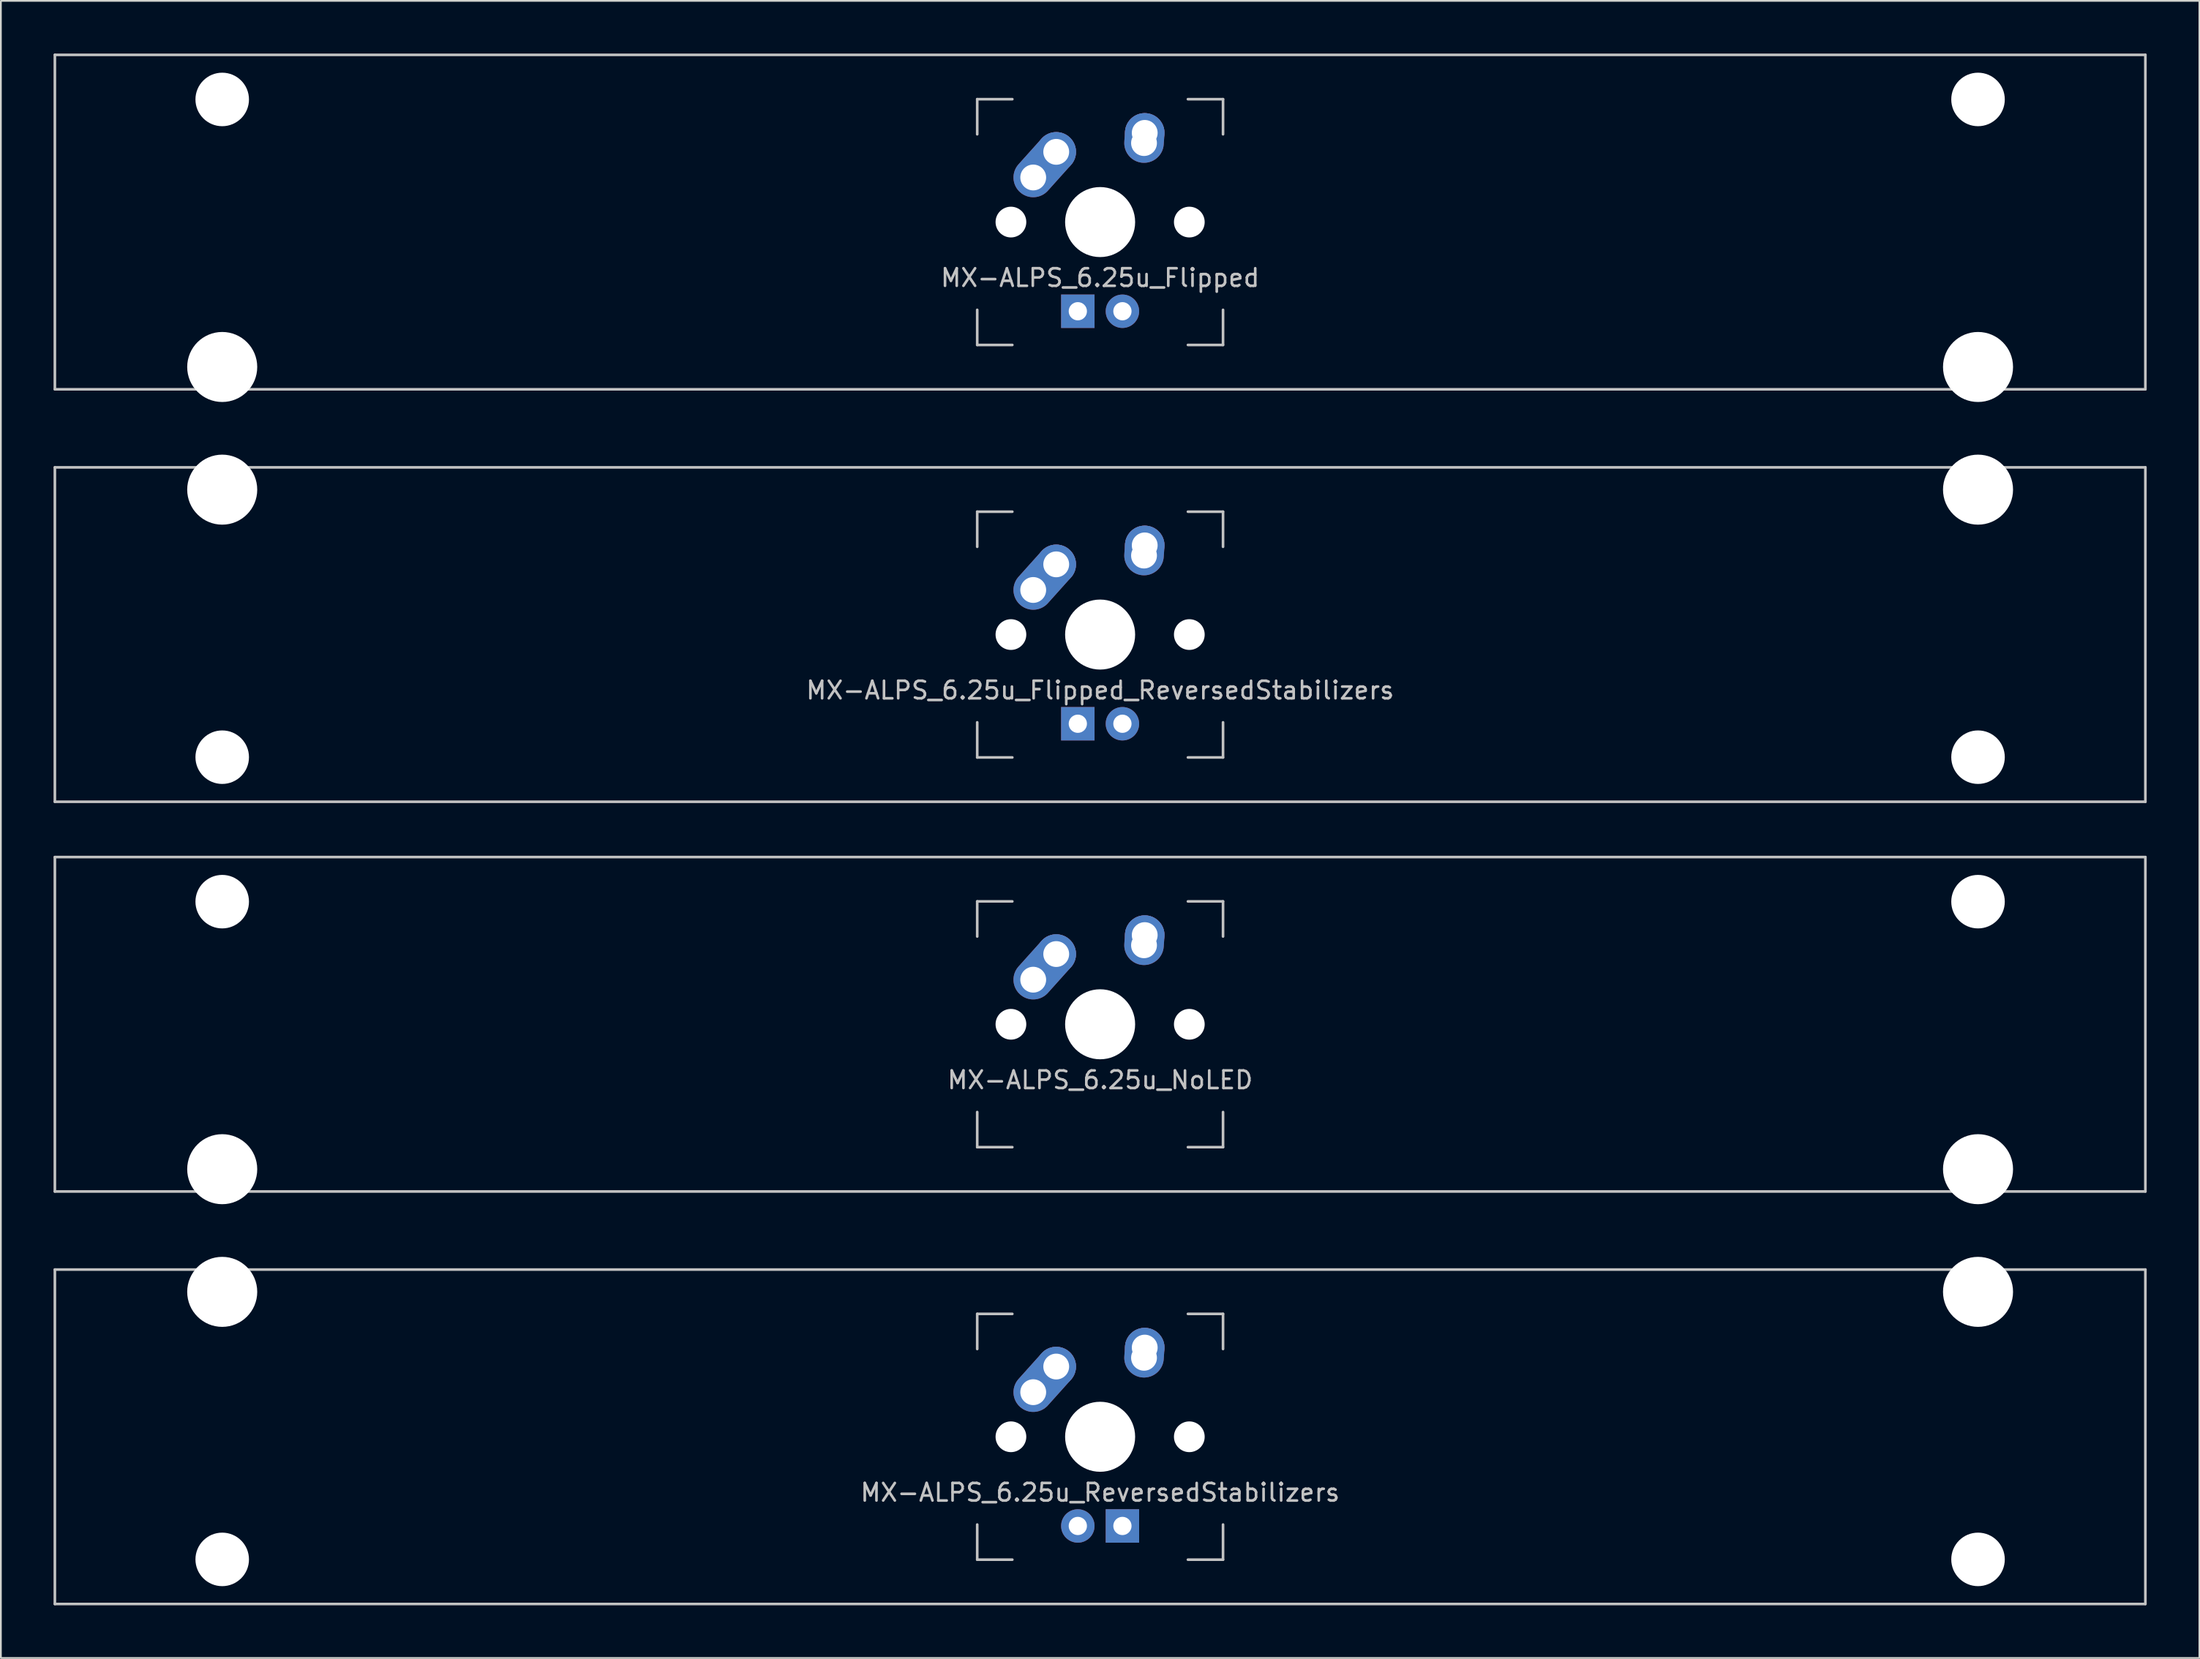
<source format=kicad_pcb>
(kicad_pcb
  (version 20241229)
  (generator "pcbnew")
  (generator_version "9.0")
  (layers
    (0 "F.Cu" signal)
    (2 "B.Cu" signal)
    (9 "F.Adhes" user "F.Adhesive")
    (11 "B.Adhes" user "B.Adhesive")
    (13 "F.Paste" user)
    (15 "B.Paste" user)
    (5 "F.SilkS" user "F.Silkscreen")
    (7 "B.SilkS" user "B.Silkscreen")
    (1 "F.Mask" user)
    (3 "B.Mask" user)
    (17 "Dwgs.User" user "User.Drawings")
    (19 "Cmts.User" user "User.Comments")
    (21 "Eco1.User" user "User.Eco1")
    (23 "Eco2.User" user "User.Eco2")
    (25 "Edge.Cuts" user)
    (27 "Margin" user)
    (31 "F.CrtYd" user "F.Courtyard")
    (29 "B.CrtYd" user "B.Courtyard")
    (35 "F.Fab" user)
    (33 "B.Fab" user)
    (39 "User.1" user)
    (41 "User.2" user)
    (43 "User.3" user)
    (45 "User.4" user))
  (footprint "MX-ALPS_6.25u_Flipped"
    (layer "F.Cu")
    (at 59.606 9.6)
    (property "Reference" "MX-ALPS_6.25u_Flipped" (at 0 3.175 0) (layer "Dwgs.User") (effects (font (size 1 1) (thickness 0.15))))
    (attr through_hole)
    (fp_line (start -59.531 -9.525) (end 59.531 -9.525) (stroke (width 0.15) (type solid)) (layer "Dwgs.User"))
    (fp_line (start -59.531 9.525) (end -59.531 -9.525) (stroke (width 0.15) (type solid)) (layer "Dwgs.User"))
    (fp_line (start -59.531 9.525) (end 59.531 9.525) (stroke (width 0.15) (type solid)) (layer "Dwgs.User"))
    (fp_line (start -7 -7) (end -7 -5) (stroke (width 0.15) (type solid)) (layer "Dwgs.User"))
    (fp_line (start -7 5) (end -7 7) (stroke (width 0.15) (type solid)) (layer "Dwgs.User"))
    (fp_line (start -7 7) (end -5 7) (stroke (width 0.15) (type solid)) (layer "Dwgs.User"))
    (fp_line (start -5 -7) (end -7 -7) (stroke (width 0.15) (type solid)) (layer "Dwgs.User"))
    (fp_line (start 5 -7) (end 7 -7) (stroke (width 0.15) (type solid)) (layer "Dwgs.User"))
    (fp_line (start 5 7) (end 7 7) (stroke (width 0.15) (type solid)) (layer "Dwgs.User"))
    (fp_line (start 7 -7) (end 7 -5) (stroke (width 0.15) (type solid)) (layer "Dwgs.User"))
    (fp_line (start 7 7) (end 7 5) (stroke (width 0.15) (type solid)) (layer "Dwgs.User"))
    (fp_line (start 59.531 -9.525) (end 59.531 9.525) (stroke (width 0.15) (type solid)) (layer "Dwgs.User"))
    (pad "" np_thru_hole circle (at -50 -6.985) (size 3.048 3.048) (drill 3.048) (layers "*.Cu" "*.Mask"))
    (pad "" np_thru_hole circle (at -50 8.255) (size 3.988 3.988) (drill 3.988) (layers "*.Cu" "*.Mask"))
    (pad "" np_thru_hole circle (at -5.08 0 48.1) (size 1.75 1.75) (drill 1.75) (layers "*.Cu" "*.Mask"))
    (pad "" np_thru_hole circle (at 0 0) (size 3.988 3.988) (drill 3.988) (layers "*.Cu" "*.Mask"))
    (pad "" np_thru_hole circle (at 5.08 0 48.1) (size 1.75 1.75) (drill 1.75) (layers "*.Cu" "*.Mask"))
    (pad "" np_thru_hole circle (at 50 -6.985) (size 3.048 3.048) (drill 3.048) (layers "*.Cu" "*.Mask"))
    (pad "" np_thru_hole circle (at 50 8.255) (size 3.988 3.988) (drill 3.988) (layers "*.Cu" "*.Mask"))
    (pad "1" thru_hole oval (at -3.81 -2.54 48.1) (size 4.212 2.25) (drill 1.47 (offset 0.981 0)) (layers "*.Cu" "B.Mask"))
    (pad "1" thru_hole circle (at -2.5 -4) (size 2.25 2.25) (drill 1.47) (layers "*.Cu" "B.Mask"))
    (pad "2" thru_hole oval (at 2.5 -4.5 86.055) (size 2.831 2.25) (drill 1.47 (offset 0.291 0)) (layers "*.Cu" "B.Mask"))
    (pad "2" thru_hole circle (at 2.54 -5.08) (size 2.25 2.25) (drill 1.47) (layers "*.Cu" "B.Mask"))
    (pad "3" thru_hole circle (at 1.27 5.08) (size 1.905 1.905) (drill 1.04) (layers "*.Cu" "B.Mask"))
    (pad "4" thru_hole rect (at -1.27 5.08) (size 1.905 1.905) (drill 1.04) (layers "*.Cu" "B.Mask")))
  (footprint "MX-ALPS_6.25u_Flipped_ReversedStabilizers"
    (layer "F.Cu")
    (at 59.606 33.098)
    (property "Reference" "MX-ALPS_6.25u_Flipped_ReversedStabilizers" (at 0 3.175 0) (layer "Dwgs.User") (effects (font (size 1 1) (thickness 0.15))))
    (attr through_hole)
    (fp_line (start -59.531 -9.525) (end 59.531 -9.525) (stroke (width 0.15) (type solid)) (layer "Dwgs.User"))
    (fp_line (start -59.531 9.525) (end -59.531 -9.525) (stroke (width 0.15) (type solid)) (layer "Dwgs.User"))
    (fp_line (start -59.531 9.525) (end 59.531 9.525) (stroke (width 0.15) (type solid)) (layer "Dwgs.User"))
    (fp_line (start -7 -7) (end -7 -5) (stroke (width 0.15) (type solid)) (layer "Dwgs.User"))
    (fp_line (start -7 5) (end -7 7) (stroke (width 0.15) (type solid)) (layer "Dwgs.User"))
    (fp_line (start -7 7) (end -5 7) (stroke (width 0.15) (type solid)) (layer "Dwgs.User"))
    (fp_line (start -5 -7) (end -7 -7) (stroke (width 0.15) (type solid)) (layer "Dwgs.User"))
    (fp_line (start 5 -7) (end 7 -7) (stroke (width 0.15) (type solid)) (layer "Dwgs.User"))
    (fp_line (start 5 7) (end 7 7) (stroke (width 0.15) (type solid)) (layer "Dwgs.User"))
    (fp_line (start 7 -7) (end 7 -5) (stroke (width 0.15) (type solid)) (layer "Dwgs.User"))
    (fp_line (start 7 7) (end 7 5) (stroke (width 0.15) (type solid)) (layer "Dwgs.User"))
    (fp_line (start 59.531 -9.525) (end 59.531 9.525) (stroke (width 0.15) (type solid)) (layer "Dwgs.User"))
    (pad "" np_thru_hole circle (at -50 -8.255) (size 3.988 3.988) (drill 3.988) (layers "*.Cu" "*.Mask"))
    (pad "" np_thru_hole circle (at -50 6.985) (size 3.048 3.048) (drill 3.048) (layers "*.Cu" "*.Mask"))
    (pad "" np_thru_hole circle (at -5.08 0 48.1) (size 1.75 1.75) (drill 1.75) (layers "*.Cu" "*.Mask"))
    (pad "" np_thru_hole circle (at 0 0) (size 3.988 3.988) (drill 3.988) (layers "*.Cu" "*.Mask"))
    (pad "" np_thru_hole circle (at 5.08 0 48.1) (size 1.75 1.75) (drill 1.75) (layers "*.Cu" "*.Mask"))
    (pad "" np_thru_hole circle (at 50 -8.255) (size 3.988 3.988) (drill 3.988) (layers "*.Cu" "*.Mask"))
    (pad "" np_thru_hole circle (at 50 6.985) (size 3.048 3.048) (drill 3.048) (layers "*.Cu" "*.Mask"))
    (pad "1" thru_hole oval (at -3.81 -2.54 48.1) (size 4.212 2.25) (drill 1.47 (offset 0.981 0)) (layers "*.Cu" "B.Mask"))
    (pad "1" thru_hole circle (at -2.5 -4) (size 2.25 2.25) (drill 1.47) (layers "*.Cu" "B.Mask"))
    (pad "2" thru_hole oval (at 2.5 -4.5 86.055) (size 2.831 2.25) (drill 1.47 (offset 0.291 0)) (layers "*.Cu" "B.Mask"))
    (pad "2" thru_hole circle (at 2.54 -5.08) (size 2.25 2.25) (drill 1.47) (layers "*.Cu" "B.Mask"))
    (pad "3" thru_hole circle (at 1.27 5.08) (size 1.905 1.905) (drill 1.04) (layers "*.Cu" "B.Mask"))
    (pad "4" thru_hole rect (at -1.27 5.08) (size 1.905 1.905) (drill 1.04) (layers "*.Cu" "B.Mask")))
  (footprint "MX-ALPS_6.25u_ReversedStabilizers"
    (layer "F.Cu")
    (at 59.606 78.796)
    (property "Reference" "MX-ALPS_6.25u_ReversedStabilizers" (at 0 3.175 0) (layer "Dwgs.User") (effects (font (size 1 1) (thickness 0.15))))
    (attr through_hole)
    (fp_line (start -59.531 -9.525) (end 59.531 -9.525) (stroke (width 0.15) (type solid)) (layer "Dwgs.User"))
    (fp_line (start -59.531 9.525) (end -59.531 -9.525) (stroke (width 0.15) (type solid)) (layer "Dwgs.User"))
    (fp_line (start -59.531 9.525) (end 59.531 9.525) (stroke (width 0.15) (type solid)) (layer "Dwgs.User"))
    (fp_line (start -7 -7) (end -7 -5) (stroke (width 0.15) (type solid)) (layer "Dwgs.User"))
    (fp_line (start -7 5) (end -7 7) (stroke (width 0.15) (type solid)) (layer "Dwgs.User"))
    (fp_line (start -7 7) (end -5 7) (stroke (width 0.15) (type solid)) (layer "Dwgs.User"))
    (fp_line (start -5 -7) (end -7 -7) (stroke (width 0.15) (type solid)) (layer "Dwgs.User"))
    (fp_line (start 5 -7) (end 7 -7) (stroke (width 0.15) (type solid)) (layer "Dwgs.User"))
    (fp_line (start 5 7) (end 7 7) (stroke (width 0.15) (type solid)) (layer "Dwgs.User"))
    (fp_line (start 7 -7) (end 7 -5) (stroke (width 0.15) (type solid)) (layer "Dwgs.User"))
    (fp_line (start 7 7) (end 7 5) (stroke (width 0.15) (type solid)) (layer "Dwgs.User"))
    (fp_line (start 59.531 -9.525) (end 59.531 9.525) (stroke (width 0.15) (type solid)) (layer "Dwgs.User"))
    (pad "" np_thru_hole circle (at -50 -8.255) (size 3.988 3.988) (drill 3.988) (layers "*.Cu" "*.Mask"))
    (pad "" np_thru_hole circle (at -50 6.985) (size 3.048 3.048) (drill 3.048) (layers "*.Cu" "*.Mask"))
    (pad "" np_thru_hole circle (at -5.08 0 48.1) (size 1.75 1.75) (drill 1.75) (layers "*.Cu" "*.Mask"))
    (pad "" np_thru_hole circle (at 0 0) (size 3.988 3.988) (drill 3.988) (layers "*.Cu" "*.Mask"))
    (pad "" np_thru_hole circle (at 5.08 0 48.1) (size 1.75 1.75) (drill 1.75) (layers "*.Cu" "*.Mask"))
    (pad "" np_thru_hole circle (at 50 -8.255) (size 3.988 3.988) (drill 3.988) (layers "*.Cu" "*.Mask"))
    (pad "" np_thru_hole circle (at 50 6.985) (size 3.048 3.048) (drill 3.048) (layers "*.Cu" "*.Mask"))
    (pad "1" thru_hole oval (at -3.81 -2.54 48.1) (size 4.212 2.25) (drill 1.47 (offset 0.981 0)) (layers "*.Cu" "B.Mask"))
    (pad "1" thru_hole circle (at -2.5 -4) (size 2.25 2.25) (drill 1.47) (layers "*.Cu" "B.Mask"))
    (pad "2" thru_hole oval (at 2.5 -4.5 86.055) (size 2.831 2.25) (drill 1.47 (offset 0.291 0)) (layers "*.Cu" "B.Mask"))
    (pad "2" thru_hole circle (at 2.54 -5.08) (size 2.25 2.25) (drill 1.47) (layers "*.Cu" "B.Mask"))
    (pad "3" thru_hole circle (at -1.27 5.08) (size 1.905 1.905) (drill 1.04) (layers "*.Cu" "B.Mask"))
    (pad "4" thru_hole rect (at 1.27 5.08) (size 1.905 1.905) (drill 1.04) (layers "*.Cu" "B.Mask")))
  (footprint "MX-ALPS_6.25u_NoLED"
    (layer "F.Cu")
    (at 59.606 55.298)
    (property "Reference" "MX-ALPS_6.25u_NoLED" (at 0 3.175 0) (layer "Dwgs.User") (effects (font (size 1 1) (thickness 0.15))))
    (attr through_hole)
    (fp_line (start -59.531 -9.525) (end 59.531 -9.525) (stroke (width 0.15) (type solid)) (layer "Dwgs.User"))
    (fp_line (start -59.531 9.525) (end -59.531 -9.525) (stroke (width 0.15) (type solid)) (layer "Dwgs.User"))
    (fp_line (start -59.531 9.525) (end 59.531 9.525) (stroke (width 0.15) (type solid)) (layer "Dwgs.User"))
    (fp_line (start -7 -7) (end -7 -5) (stroke (width 0.15) (type solid)) (layer "Dwgs.User"))
    (fp_line (start -7 5) (end -7 7) (stroke (width 0.15) (type solid)) (layer "Dwgs.User"))
    (fp_line (start -7 7) (end -5 7) (stroke (width 0.15) (type solid)) (layer "Dwgs.User"))
    (fp_line (start -5 -7) (end -7 -7) (stroke (width 0.15) (type solid)) (layer "Dwgs.User"))
    (fp_line (start 5 -7) (end 7 -7) (stroke (width 0.15) (type solid)) (layer "Dwgs.User"))
    (fp_line (start 5 7) (end 7 7) (stroke (width 0.15) (type solid)) (layer "Dwgs.User"))
    (fp_line (start 7 -7) (end 7 -5) (stroke (width 0.15) (type solid)) (layer "Dwgs.User"))
    (fp_line (start 7 7) (end 7 5) (stroke (width 0.15) (type solid)) (layer "Dwgs.User"))
    (fp_line (start 59.531 -9.525) (end 59.531 9.525) (stroke (width 0.15) (type solid)) (layer "Dwgs.User"))
    (pad "" np_thru_hole circle (at -50 -6.985) (size 3.048 3.048) (drill 3.048) (layers "*.Cu" "*.Mask"))
    (pad "" np_thru_hole circle (at -50 8.255) (size 3.988 3.988) (drill 3.988) (layers "*.Cu" "*.Mask"))
    (pad "" np_thru_hole circle (at -5.08 0 48.1) (size 1.75 1.75) (drill 1.75) (layers "*.Cu" "*.Mask"))
    (pad "" np_thru_hole circle (at 0 0) (size 3.988 3.988) (drill 3.988) (layers "*.Cu" "*.Mask"))
    (pad "" np_thru_hole circle (at 5.08 0 48.1) (size 1.75 1.75) (drill 1.75) (layers "*.Cu" "*.Mask"))
    (pad "" np_thru_hole circle (at 50 -6.985) (size 3.048 3.048) (drill 3.048) (layers "*.Cu" "*.Mask"))
    (pad "" np_thru_hole circle (at 50 8.255) (size 3.988 3.988) (drill 3.988) (layers "*.Cu" "*.Mask"))
    (pad "1" thru_hole oval (at -3.81 -2.54 48.1) (size 4.212 2.25) (drill 1.47 (offset 0.981 0)) (layers "*.Cu" "B.Mask"))
    (pad "1" thru_hole circle (at -2.5 -4) (size 2.25 2.25) (drill 1.47) (layers "*.Cu" "B.Mask"))
    (pad "2" thru_hole oval (at 2.5 -4.5 86.055) (size 2.831 2.25) (drill 1.47 (offset 0.291 0)) (layers "*.Cu" "B.Mask"))
    (pad "2" thru_hole circle (at 2.54 -5.08) (size 2.25 2.25) (drill 1.47) (layers "*.Cu" "B.Mask")))
  (gr_rect
    (start -3 -3)
    (end 122.213 91.396)
    (stroke (width 0.1) (type default))
    (fill no)
    (layer "Edge.Cuts")))
</source>
